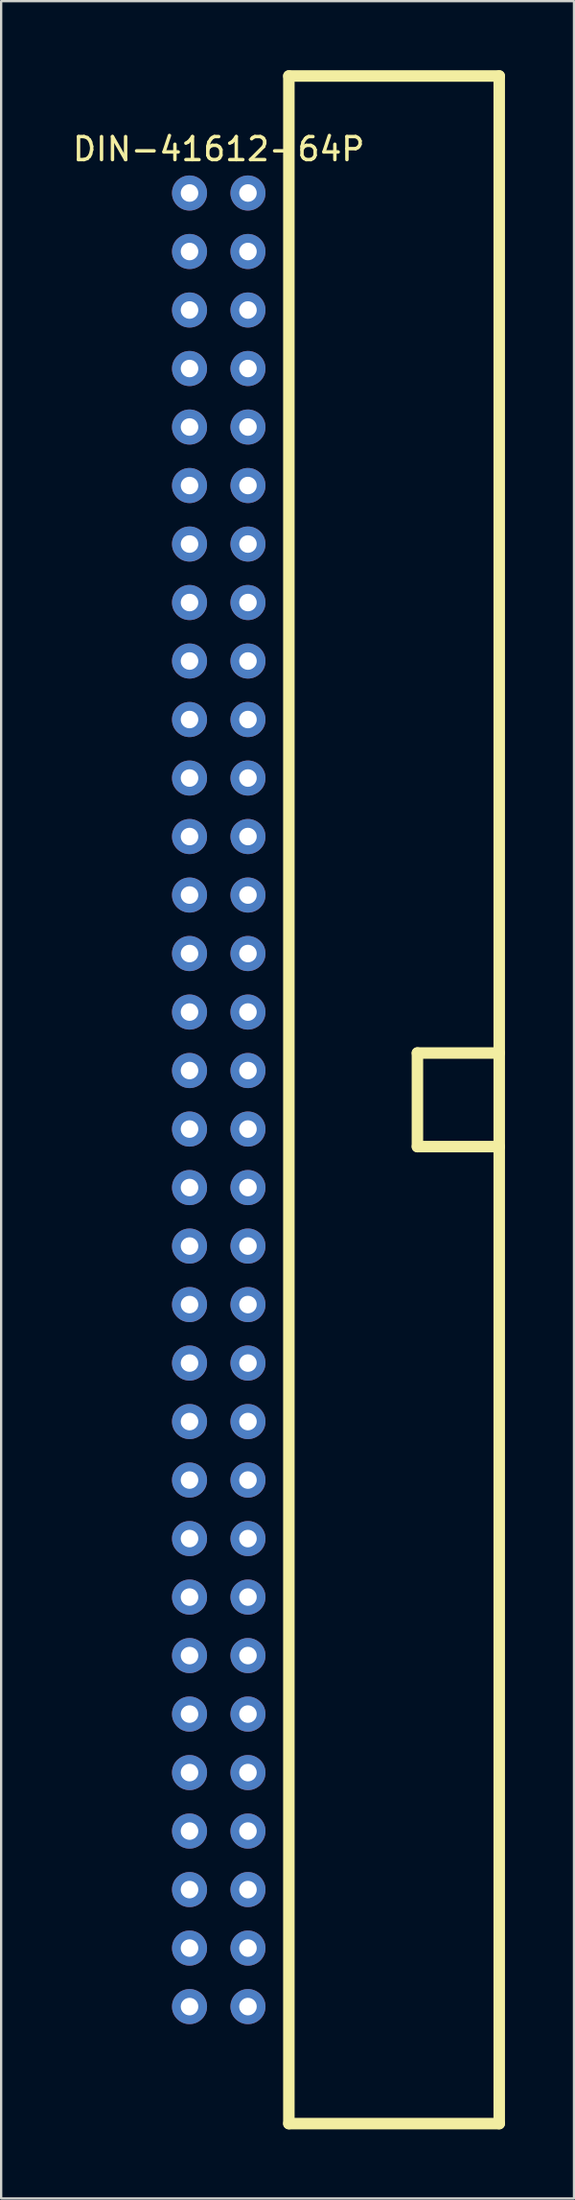
<source format=kicad_pcb>
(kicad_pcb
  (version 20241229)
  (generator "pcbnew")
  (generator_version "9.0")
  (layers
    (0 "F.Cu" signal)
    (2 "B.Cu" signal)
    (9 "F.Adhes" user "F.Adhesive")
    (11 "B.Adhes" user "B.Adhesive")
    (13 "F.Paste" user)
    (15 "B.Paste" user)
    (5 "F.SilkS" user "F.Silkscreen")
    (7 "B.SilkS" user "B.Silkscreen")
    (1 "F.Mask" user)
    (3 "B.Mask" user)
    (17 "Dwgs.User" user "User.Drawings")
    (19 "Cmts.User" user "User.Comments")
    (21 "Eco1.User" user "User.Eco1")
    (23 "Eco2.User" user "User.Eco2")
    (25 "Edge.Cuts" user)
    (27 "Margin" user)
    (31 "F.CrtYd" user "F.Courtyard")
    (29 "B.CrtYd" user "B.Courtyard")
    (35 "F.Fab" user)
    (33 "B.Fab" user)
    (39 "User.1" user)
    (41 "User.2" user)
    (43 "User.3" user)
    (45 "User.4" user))
  (footprint "DIN-41612-64P"
    (layer "F.Cu")
    (at 6.458 44.7)
    (property "Reference" "DIN-41612-64P" (at 0 -41.275 0) (layer "F.SilkS") (effects (font (size 1 1) (thickness 0.15))))
    (attr through_hole)
    (fp_line (start 3.048 -44.45) (end 3.048 44.45) (stroke (width 0.5) (type solid)) (layer "F.SilkS"))
    (fp_line (start 3.048 44.45) (end 12.192 44.45) (stroke (width 0.5) (type solid)) (layer "F.SilkS"))
    (fp_line (start 8.636 -2.032) (end 8.636 2.032) (stroke (width 0.5) (type solid)) (layer "F.SilkS"))
    (fp_line (start 8.636 2.032) (end 12.192 2.032) (stroke (width 0.5) (type solid)) (layer "F.SilkS"))
    (fp_line (start 12.192 -44.45) (end 3.048 -44.45) (stroke (width 0.5) (type solid)) (layer "F.SilkS"))
    (fp_line (start 12.192 -2.032) (end 8.636 -2.032) (stroke (width 0.5) (type solid)) (layer "F.SilkS"))
    (fp_line (start 12.192 44.45) (end 12.192 -44.45) (stroke (width 0.5) (type solid)) (layer "F.SilkS"))
    (pad "1a" thru_hole circle (at 1.27 -39.37) (size 1.524 1.524) (drill 0.762) (layers "*.Cu" "*.Mask"))
    (pad "1b" thru_hole circle (at -1.27 -39.37) (size 1.524 1.524) (drill 0.762) (layers "*.Cu" "*.Mask"))
    (pad "2a" thru_hole circle (at 1.27 -36.83) (size 1.524 1.524) (drill 0.762) (layers "*.Cu" "*.Mask"))
    (pad "2b" thru_hole circle (at -1.27 -36.83) (size 1.524 1.524) (drill 0.762) (layers "*.Cu" "*.Mask"))
    (pad "3a" thru_hole circle (at 1.27 -34.29) (size 1.524 1.524) (drill 0.762) (layers "*.Cu" "*.Mask"))
    (pad "3b" thru_hole circle (at -1.27 -34.29) (size 1.524 1.524) (drill 0.762) (layers "*.Cu" "*.Mask"))
    (pad "4a" thru_hole circle (at 1.27 -31.75) (size 1.524 1.524) (drill 0.762) (layers "*.Cu" "*.Mask"))
    (pad "4b" thru_hole circle (at -1.27 -31.75) (size 1.524 1.524) (drill 0.762) (layers "*.Cu" "*.Mask"))
    (pad "5a" thru_hole circle (at 1.27 -29.21) (size 1.524 1.524) (drill 0.762) (layers "*.Cu" "*.Mask"))
    (pad "5b" thru_hole circle (at -1.27 -29.21) (size 1.524 1.524) (drill 0.762) (layers "*.Cu" "*.Mask"))
    (pad "6a" thru_hole circle (at 1.27 -26.67) (size 1.524 1.524) (drill 0.762) (layers "*.Cu" "*.Mask"))
    (pad "6b" thru_hole circle (at -1.27 -26.67) (size 1.524 1.524) (drill 0.762) (layers "*.Cu" "*.Mask"))
    (pad "7a" thru_hole circle (at 1.27 -24.13) (size 1.524 1.524) (drill 0.762) (layers "*.Cu" "*.Mask"))
    (pad "7b" thru_hole circle (at -1.27 -24.13) (size 1.524 1.524) (drill 0.762) (layers "*.Cu" "*.Mask"))
    (pad "8a" thru_hole circle (at 1.27 -21.59) (size 1.524 1.524) (drill 0.762) (layers "*.Cu" "*.Mask"))
    (pad "8b" thru_hole circle (at -1.27 -21.59) (size 1.524 1.524) (drill 0.762) (layers "*.Cu" "*.Mask"))
    (pad "9a" thru_hole circle (at 1.27 -19.05) (size 1.524 1.524) (drill 0.762) (layers "*.Cu" "*.Mask"))
    (pad "9b" thru_hole circle (at -1.27 -19.05) (size 1.524 1.524) (drill 0.762) (layers "*.Cu" "*.Mask"))
    (pad "10a" thru_hole circle (at 1.27 -16.51) (size 1.524 1.524) (drill 0.762) (layers "*.Cu" "*.Mask"))
    (pad "10b" thru_hole circle (at -1.27 -16.51) (size 1.524 1.524) (drill 0.762) (layers "*.Cu" "*.Mask"))
    (pad "11a" thru_hole circle (at 1.27 -13.97) (size 1.524 1.524) (drill 0.762) (layers "*.Cu" "*.Mask"))
    (pad "11b" thru_hole circle (at -1.27 -13.97) (size 1.524 1.524) (drill 0.762) (layers "*.Cu" "*.Mask"))
    (pad "12a" thru_hole circle (at 1.27 -11.43) (size 1.524 1.524) (drill 0.762) (layers "*.Cu" "*.Mask"))
    (pad "12b" thru_hole circle (at -1.27 -11.43) (size 1.524 1.524) (drill 0.762) (layers "*.Cu" "*.Mask"))
    (pad "13a" thru_hole circle (at 1.27 -8.89) (size 1.524 1.524) (drill 0.762) (layers "*.Cu" "*.Mask"))
    (pad "13b" thru_hole circle (at -1.27 -8.89) (size 1.524 1.524) (drill 0.762) (layers "*.Cu" "*.Mask"))
    (pad "14a" thru_hole circle (at 1.27 -6.35) (size 1.524 1.524) (drill 0.762) (layers "*.Cu" "*.Mask"))
    (pad "14b" thru_hole circle (at -1.27 -6.35) (size 1.524 1.524) (drill 0.762) (layers "*.Cu" "*.Mask"))
    (pad "15a" thru_hole circle (at 1.27 -3.81) (size 1.524 1.524) (drill 0.762) (layers "*.Cu" "*.Mask"))
    (pad "15b" thru_hole circle (at -1.27 -3.81) (size 1.524 1.524) (drill 0.762) (layers "*.Cu" "*.Mask"))
    (pad "16a" thru_hole circle (at 1.27 -1.27) (size 1.524 1.524) (drill 0.762) (layers "*.Cu" "*.Mask"))
    (pad "16b" thru_hole circle (at -1.27 -1.27) (size 1.524 1.524) (drill 0.762) (layers "*.Cu" "*.Mask"))
    (pad "17a" thru_hole circle (at 1.27 1.27) (size 1.524 1.524) (drill 0.762) (layers "*.Cu" "*.Mask"))
    (pad "17b" thru_hole circle (at -1.27 1.27) (size 1.524 1.524) (drill 0.762) (layers "*.Cu" "*.Mask"))
    (pad "18a" thru_hole circle (at 1.27 3.81) (size 1.524 1.524) (drill 0.762) (layers "*.Cu" "*.Mask"))
    (pad "18b" thru_hole circle (at -1.27 3.81) (size 1.524 1.524) (drill 0.762) (layers "*.Cu" "*.Mask"))
    (pad "19a" thru_hole circle (at 1.27 6.35) (size 1.524 1.524) (drill 0.762) (layers "*.Cu" "*.Mask"))
    (pad "19b" thru_hole circle (at -1.27 6.35) (size 1.524 1.524) (drill 0.762) (layers "*.Cu" "*.Mask"))
    (pad "20a" thru_hole circle (at 1.27 8.89) (size 1.524 1.524) (drill 0.762) (layers "*.Cu" "*.Mask"))
    (pad "20b" thru_hole circle (at -1.27 8.89) (size 1.524 1.524) (drill 0.762) (layers "*.Cu" "*.Mask"))
    (pad "21a" thru_hole circle (at 1.27 11.43) (size 1.524 1.524) (drill 0.762) (layers "*.Cu" "*.Mask"))
    (pad "21b" thru_hole circle (at -1.27 11.43) (size 1.524 1.524) (drill 0.762) (layers "*.Cu" "*.Mask"))
    (pad "22a" thru_hole circle (at 1.27 13.97) (size 1.524 1.524) (drill 0.762) (layers "*.Cu" "*.Mask"))
    (pad "22b" thru_hole circle (at -1.27 13.97) (size 1.524 1.524) (drill 0.762) (layers "*.Cu" "*.Mask"))
    (pad "23a" thru_hole circle (at 1.27 16.51) (size 1.524 1.524) (drill 0.762) (layers "*.Cu" "*.Mask"))
    (pad "23b" thru_hole circle (at -1.27 16.51) (size 1.524 1.524) (drill 0.762) (layers "*.Cu" "*.Mask"))
    (pad "24a" thru_hole circle (at 1.27 19.05) (size 1.524 1.524) (drill 0.762) (layers "*.Cu" "*.Mask"))
    (pad "24b" thru_hole circle (at -1.27 19.05) (size 1.524 1.524) (drill 0.762) (layers "*.Cu" "*.Mask"))
    (pad "25a" thru_hole circle (at 1.27 21.59) (size 1.524 1.524) (drill 0.762) (layers "*.Cu" "*.Mask"))
    (pad "25b" thru_hole circle (at -1.27 21.59) (size 1.524 1.524) (drill 0.762) (layers "*.Cu" "*.Mask"))
    (pad "26a" thru_hole circle (at 1.27 24.13) (size 1.524 1.524) (drill 0.762) (layers "*.Cu" "*.Mask"))
    (pad "26b" thru_hole circle (at -1.27 24.13) (size 1.524 1.524) (drill 0.762) (layers "*.Cu" "*.Mask"))
    (pad "27a" thru_hole circle (at 1.27 26.67) (size 1.524 1.524) (drill 0.762) (layers "*.Cu" "*.Mask"))
    (pad "27b" thru_hole circle (at -1.27 26.67) (size 1.524 1.524) (drill 0.762) (layers "*.Cu" "*.Mask"))
    (pad "28a" thru_hole circle (at 1.27 29.21) (size 1.524 1.524) (drill 0.762) (layers "*.Cu" "*.Mask"))
    (pad "28b" thru_hole circle (at -1.27 29.21) (size 1.524 1.524) (drill 0.762) (layers "*.Cu" "*.Mask"))
    (pad "29a" thru_hole circle (at 1.27 31.75) (size 1.524 1.524) (drill 0.762) (layers "*.Cu" "*.Mask"))
    (pad "29b" thru_hole circle (at -1.27 31.75) (size 1.524 1.524) (drill 0.762) (layers "*.Cu" "*.Mask"))
    (pad "30a" thru_hole circle (at 1.27 34.29) (size 1.524 1.524) (drill 0.762) (layers "*.Cu" "*.Mask"))
    (pad "30b" thru_hole circle (at -1.27 34.29) (size 1.524 1.524) (drill 0.762) (layers "*.Cu" "*.Mask"))
    (pad "31a" thru_hole circle (at 1.27 36.83) (size 1.524 1.524) (drill 0.762) (layers "*.Cu" "*.Mask"))
    (pad "31b" thru_hole circle (at -1.27 36.83) (size 1.524 1.524) (drill 0.762) (layers "*.Cu" "*.Mask"))
    (pad "32a" thru_hole circle (at 1.27 39.37) (size 1.524 1.524) (drill 0.762) (layers "*.Cu" "*.Mask"))
    (pad "32b" thru_hole circle (at -1.27 39.37) (size 1.524 1.524) (drill 0.762) (layers "*.Cu" "*.Mask")))
  (gr_rect
    (start -3 -3)
    (end 21.9 92.4)
    (stroke (width 0.1) (type default))
    (fill no)
    (layer "Edge.Cuts")))
</source>
